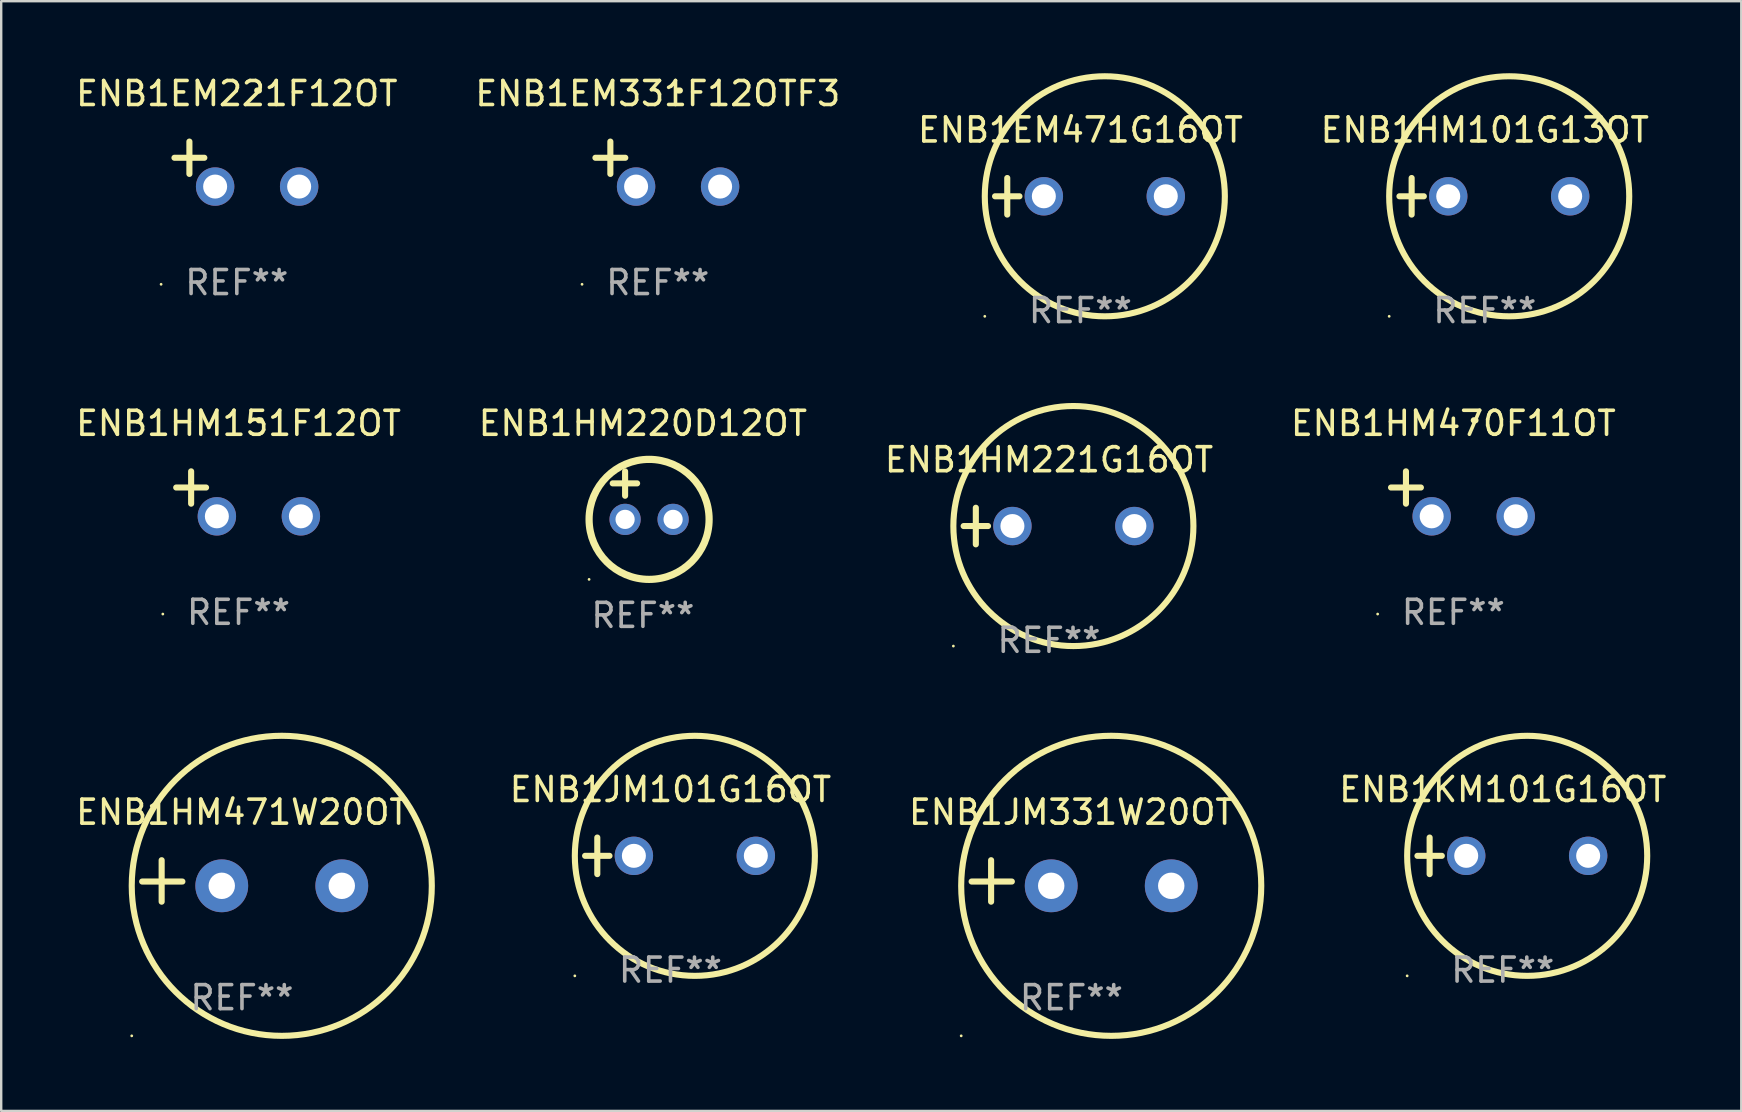
<source format=kicad_pcb>
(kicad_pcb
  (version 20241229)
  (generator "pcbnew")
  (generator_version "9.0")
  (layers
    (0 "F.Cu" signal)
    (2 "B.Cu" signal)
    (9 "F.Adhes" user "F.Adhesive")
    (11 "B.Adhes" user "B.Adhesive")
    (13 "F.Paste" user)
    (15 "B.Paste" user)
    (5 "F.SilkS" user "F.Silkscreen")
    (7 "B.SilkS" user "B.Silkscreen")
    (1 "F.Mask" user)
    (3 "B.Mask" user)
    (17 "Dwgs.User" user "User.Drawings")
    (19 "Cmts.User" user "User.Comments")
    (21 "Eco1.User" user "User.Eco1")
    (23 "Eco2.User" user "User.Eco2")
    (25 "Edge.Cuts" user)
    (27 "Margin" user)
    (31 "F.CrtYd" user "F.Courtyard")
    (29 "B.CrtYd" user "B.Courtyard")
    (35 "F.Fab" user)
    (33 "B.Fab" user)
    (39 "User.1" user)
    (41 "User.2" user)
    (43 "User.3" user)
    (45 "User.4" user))
  (footprint "ENB1HM221G16OT"
    (layer "F.Cu")
    (at 40.649 18.864)
    (property "Reference" "ENB1HM221G16OT" (at 0 -2.762 0) (layer "F.SilkS") (effects (font (size 1 1) (thickness 0.15))))
    (attr through_hole)
    (fp_line (start -3.556 0) (end -2.54 0) (stroke (width 0.254) (type solid)) (layer "F.SilkS"))
    (fp_line (start -3.048 -0.762) (end -3.048 0.762) (stroke (width 0.254) (type solid)) (layer "F.SilkS"))
    (fp_circle (center -3.984 5) (end -3.954 5) (stroke (width 0.06) (type solid)) (fill no) (layer "F.SilkS"))
    (fp_circle (center 1.016 0) (end 6.016 0) (stroke (width 0.254) (type solid)) (fill no) (layer "F.SilkS"))
    (fp_text user "REF**" (at 0 4.762 0) (layer "F.Fab") (effects (font (size 1 1) (thickness 0.15))))
    (pad "1" thru_hole circle (at -1.524 0) (size 1.6 1.6) (drill 1) (layers "*.Cu" "*.Mask"))
    (pad "2" thru_hole circle (at 3.556 0) (size 1.6 1.6) (drill 1) (layers "*.Cu" "*.Mask")))
  (footprint "ENB1EM471G16OT"
    (layer "F.Cu")
    (at 41.958 5.127)
    (property "Reference" "ENB1EM471G16OT" (at 0 -2.762 0) (layer "F.SilkS") (effects (font (size 1 1) (thickness 0.15))))
    (attr through_hole)
    (fp_line (start -3.556 0) (end -2.54 0) (stroke (width 0.254) (type solid)) (layer "F.SilkS"))
    (fp_line (start -3.048 -0.762) (end -3.048 0.762) (stroke (width 0.254) (type solid)) (layer "F.SilkS"))
    (fp_circle (center -3.984 5) (end -3.954 5) (stroke (width 0.06) (type solid)) (fill no) (layer "F.SilkS"))
    (fp_circle (center 1.016 0) (end 6.016 0) (stroke (width 0.254) (type solid)) (fill no) (layer "F.SilkS"))
    (fp_text user "REF**" (at 0 4.762 0) (layer "F.Fab") (effects (font (size 1 1) (thickness 0.15))))
    (pad "1" thru_hole circle (at -1.524 0) (size 1.6 1.6) (drill 1) (layers "*.Cu" "*.Mask"))
    (pad "2" thru_hole circle (at 3.556 0) (size 1.6 1.6) (drill 1) (layers "*.Cu" "*.Mask")))
  (footprint "ENB1JM101G16OT"
    (layer "F.Cu")
    (at 24.88 32.602)
    (property "Reference" "ENB1JM101G16OT" (at 0 -2.762 0) (layer "F.SilkS") (effects (font (size 1 1) (thickness 0.15))))
    (attr through_hole)
    (fp_line (start -3.556 0) (end -2.54 0) (stroke (width 0.254) (type solid)) (layer "F.SilkS"))
    (fp_line (start -3.048 -0.762) (end -3.048 0.762) (stroke (width 0.254) (type solid)) (layer "F.SilkS"))
    (fp_circle (center -3.984 5) (end -3.954 5) (stroke (width 0.06) (type solid)) (fill no) (layer "F.SilkS"))
    (fp_circle (center 1.016 0) (end 6.016 0) (stroke (width 0.254) (type solid)) (fill no) (layer "F.SilkS"))
    (fp_text user "REF**" (at 0 4.762 0) (layer "F.Fab") (effects (font (size 1 1) (thickness 0.15))))
    (pad "1" thru_hole circle (at -1.524 0) (size 1.6 1.6) (drill 1) (layers "*.Cu" "*.Mask"))
    (pad "2" thru_hole circle (at 3.556 0) (size 1.6 1.6) (drill 1) (layers "*.Cu" "*.Mask")))
  (footprint "ENB1HM220D12OT"
    (layer "F.Cu")
    (at 23.732 17.586)
    (property "Reference" "ENB1HM220D12OT" (at 0 -3 0) (layer "F.SilkS") (effects (font (size 1 1) (thickness 0.15))))
    (attr through_hole)
    (fp_line (start -1.258 -0.5) (end -0.242 -0.5) (stroke (width 0.254) (type solid)) (layer "F.SilkS"))
    (fp_line (start -0.742 -1) (end -0.742 0.016) (stroke (width 0.254) (type solid)) (layer "F.SilkS"))
    (fp_circle (center -2.242 3.5) (end -2.212 3.5) (stroke (width 0.06) (type solid)) (fill no) (layer "F.SilkS"))
    (fp_circle (center 0.258 1) (end 2.758 1) (stroke (width 0.3) (type solid)) (fill no) (layer "F.SilkS"))
    (fp_text user "REF**" (at 0 5 0) (layer "F.Fab") (effects (font (size 1 1) (thickness 0.15))))
    (pad "1" thru_hole circle (at -0.742 1) (size 1.3 1.3) (drill 0.8) (layers "*.Cu" "*.Mask"))
    (pad "2" thru_hole circle (at 1.258 1) (size 1.3 1.3) (drill 0.8) (layers "*.Cu" "*.Mask")))
  (footprint "ENB1EM221F12OT"
    (layer "F.Cu")
    (at 6.815 3.785)
    (property "Reference" "ENB1EM221F12OT" (at 0 -2.937 0) (layer "F.SilkS") (effects (font (size 1 1) (thickness 0.15))))
    (attr through_hole)
    (fp_line (start -1.975 0.41) (end -1.975 -0.937) (stroke (width 0.254) (type solid)) (layer "F.SilkS"))
    (fp_line (start -1.353 -0.263) (end -2.597 -0.263) (stroke (width 0.254) (type solid)) (layer "F.SilkS"))
    (fp_arc (start 0.849809 -3.063957) (mid 0.885369 -3.064114) (end 0.920929 -3.063957) (stroke (width 0.254001) (type solid)) (layer "F.SilkS"))
    (fp_circle (center -3.154 5.008) (end -3.124 5.008) (stroke (width 0.06) (type solid)) (fill no) (layer "F.SilkS"))
    (fp_text user "REF**" (at 0 4.937 0) (layer "F.Fab") (effects (font (size 1 1) (thickness 0.15))))
    (pad "1" thru_hole circle (at -0.903 0.937) (size 1.6 1.6) (drill 1) (layers "*.Cu" "*.Mask"))
    (pad "2" thru_hole circle (at 2.597 0.937) (size 1.6 1.6) (drill 1) (layers "*.Cu" "*.Mask")))
  (footprint "ENB1HM151F12OT"
    (layer "F.Cu")
    (at 6.887 17.522)
    (property "Reference" "ENB1HM151F12OT" (at 0 -2.937 0) (layer "F.SilkS") (effects (font (size 1 1) (thickness 0.15))))
    (attr through_hole)
    (fp_line (start -1.975 0.41) (end -1.975 -0.937) (stroke (width 0.254) (type solid)) (layer "F.SilkS"))
    (fp_line (start -1.353 -0.263) (end -2.597 -0.263) (stroke (width 0.254) (type solid)) (layer "F.SilkS"))
    (fp_arc (start 0.849809 -3.063957) (mid 0.885369 -3.064114) (end 0.920929 -3.063957) (stroke (width 0.254001) (type solid)) (layer "F.SilkS"))
    (fp_circle (center -3.154 5.008) (end -3.124 5.008) (stroke (width 0.06) (type solid)) (fill no) (layer "F.SilkS"))
    (fp_text user "REF**" (at 0 4.937 0) (layer "F.Fab") (effects (font (size 1 1) (thickness 0.15))))
    (pad "1" thru_hole circle (at -0.903 0.937) (size 1.6 1.6) (drill 1) (layers "*.Cu" "*.Mask"))
    (pad "2" thru_hole circle (at 2.597 0.937) (size 1.6 1.6) (drill 1) (layers "*.Cu" "*.Mask")))
  (footprint "ENB1KM101G16OT"
    (layer "F.Cu")
    (at 59.553 32.602)
    (property "Reference" "ENB1KM101G16OT" (at 0 -2.762 0) (layer "F.SilkS") (effects (font (size 1 1) (thickness 0.15))))
    (attr through_hole)
    (fp_line (start -3.556 0) (end -2.54 0) (stroke (width 0.254) (type solid)) (layer "F.SilkS"))
    (fp_line (start -3.048 -0.762) (end -3.048 0.762) (stroke (width 0.254) (type solid)) (layer "F.SilkS"))
    (fp_circle (center -3.984 5) (end -3.954 5) (stroke (width 0.06) (type solid)) (fill no) (layer "F.SilkS"))
    (fp_circle (center 1.016 0) (end 6.016 0) (stroke (width 0.254) (type solid)) (fill no) (layer "F.SilkS"))
    (fp_text user "REF**" (at 0 4.762 0) (layer "F.Fab") (effects (font (size 1 1) (thickness 0.15))))
    (pad "1" thru_hole circle (at -1.524 0) (size 1.6 1.6) (drill 1) (layers "*.Cu" "*.Mask"))
    (pad "2" thru_hole circle (at 3.556 0) (size 1.6 1.6) (drill 1) (layers "*.Cu" "*.Mask")))
  (footprint "ENB1HM101G13OT"
    (layer "F.Cu")
    (at 58.804 5.127)
    (property "Reference" "ENB1HM101G13OT" (at 0 -2.762 0) (layer "F.SilkS") (effects (font (size 1 1) (thickness 0.15))))
    (attr through_hole)
    (fp_line (start -3.556 0) (end -2.54 0) (stroke (width 0.254) (type solid)) (layer "F.SilkS"))
    (fp_line (start -3.048 -0.762) (end -3.048 0.762) (stroke (width 0.254) (type solid)) (layer "F.SilkS"))
    (fp_circle (center -3.984 5) (end -3.954 5) (stroke (width 0.06) (type solid)) (fill no) (layer "F.SilkS"))
    (fp_circle (center 1.016 0) (end 6.016 0) (stroke (width 0.254) (type solid)) (fill no) (layer "F.SilkS"))
    (fp_text user "REF**" (at 0 4.762 0) (layer "F.Fab") (effects (font (size 1 1) (thickness 0.15))))
    (pad "1" thru_hole circle (at -1.524 0) (size 1.6 1.6) (drill 1) (layers "*.Cu" "*.Mask"))
    (pad "2" thru_hole circle (at 3.556 0) (size 1.6 1.6) (drill 1) (layers "*.Cu" "*.Mask")))
  (footprint "ENB1HM471W20OT"
    (layer "F.Cu")
    (at 7.03 33.648)
    (property "Reference" "ENB1HM471W20OT" (at 0 -2.864 0) (layer "F.SilkS") (effects (font (size 1 1) (thickness 0.15))))
    (attr through_hole)
    (fp_line (start -3.346 0.864) (end -3.346 -0.864) (stroke (width 0.254) (type solid)) (layer "F.SilkS"))
    (fp_line (start -2.482 0.025) (end -4.158 0.025) (stroke (width 0.254) (type solid)) (layer "F.SilkS"))
    (fp_circle (center -4.592 6.453) (end -4.562 6.453) (stroke (width 0.06) (type solid)) (fill no) (layer "F.SilkS"))
    (fp_circle (center 1.658 0.203) (end 7.908 0.203) (stroke (width 0.254) (type solid)) (fill no) (layer "F.SilkS"))
    (fp_text user "REF**" (at 0 4.864 0) (layer "F.Fab") (effects (font (size 1 1) (thickness 0.15))))
    (pad "1" thru_hole circle (at -0.842 0.203) (size 2.2 2.2) (drill 1.1) (layers "*.Cu" "*.Mask"))
    (pad "2" thru_hole circle (at 4.158 0.203) (size 2.2 2.2) (drill 1.1) (layers "*.Cu" "*.Mask")))
  (footprint "ENB1EM331F12OTF3"
    (layer "F.Cu")
    (at 24.351 3.785)
    (property "Reference" "ENB1EM331F12OTF3" (at 0 -2.937 0) (layer "F.SilkS") (effects (font (size 1 1) (thickness 0.15))))
    (attr through_hole)
    (fp_line (start -1.975 0.41) (end -1.975 -0.937) (stroke (width 0.254) (type solid)) (layer "F.SilkS"))
    (fp_line (start -1.353 -0.263) (end -2.597 -0.263) (stroke (width 0.254) (type solid)) (layer "F.SilkS"))
    (fp_arc (start 0.849809 -3.063957) (mid 0.885369 -3.064114) (end 0.920929 -3.063957) (stroke (width 0.254001) (type solid)) (layer "F.SilkS"))
    (fp_circle (center -3.154 5.008) (end -3.124 5.008) (stroke (width 0.06) (type solid)) (fill no) (layer "F.SilkS"))
    (fp_text user "REF**" (at 0 4.937 0) (layer "F.Fab") (effects (font (size 1 1) (thickness 0.15))))
    (pad "1" thru_hole circle (at -0.903 0.937) (size 1.6 1.6) (drill 1) (layers "*.Cu" "*.Mask"))
    (pad "2" thru_hole circle (at 2.597 0.937) (size 1.6 1.6) (drill 1) (layers "*.Cu" "*.Mask")))
  (footprint "ENB1HM470F11OT"
    (layer "F.Cu")
    (at 57.494 17.522)
    (property "Reference" "ENB1HM470F11OT" (at 0 -2.937 0) (layer "F.SilkS") (effects (font (size 1 1) (thickness 0.15))))
    (attr through_hole)
    (fp_line (start -1.975 0.41) (end -1.975 -0.937) (stroke (width 0.254) (type solid)) (layer "F.SilkS"))
    (fp_line (start -1.353 -0.263) (end -2.597 -0.263) (stroke (width 0.254) (type solid)) (layer "F.SilkS"))
    (fp_arc (start 0.849809 -3.063957) (mid 0.885369 -3.064114) (end 0.920929 -3.063957) (stroke (width 0.254001) (type solid)) (layer "F.SilkS"))
    (fp_circle (center -3.154 5.008) (end -3.124 5.008) (stroke (width 0.06) (type solid)) (fill no) (layer "F.SilkS"))
    (fp_text user "REF**" (at 0 4.937 0) (layer "F.Fab") (effects (font (size 1 1) (thickness 0.15))))
    (pad "1" thru_hole circle (at -0.903 0.937) (size 1.6 1.6) (drill 1) (layers "*.Cu" "*.Mask"))
    (pad "2" thru_hole circle (at 2.597 0.937) (size 1.6 1.6) (drill 1) (layers "*.Cu" "*.Mask")))
  (footprint "ENB1JM331W20OT"
    (layer "F.Cu")
    (at 41.583 33.648)
    (property "Reference" "ENB1JM331W20OT" (at 0 -2.864 0) (layer "F.SilkS") (effects (font (size 1 1) (thickness 0.15))))
    (attr through_hole)
    (fp_line (start -3.346 0.864) (end -3.346 -0.864) (stroke (width 0.254) (type solid)) (layer "F.SilkS"))
    (fp_line (start -2.482 0.025) (end -4.158 0.025) (stroke (width 0.254) (type solid)) (layer "F.SilkS"))
    (fp_circle (center -4.592 6.453) (end -4.562 6.453) (stroke (width 0.06) (type solid)) (fill no) (layer "F.SilkS"))
    (fp_circle (center 1.658 0.203) (end 7.908 0.203) (stroke (width 0.254) (type solid)) (fill no) (layer "F.SilkS"))
    (fp_text user "REF**" (at 0 4.864 0) (layer "F.Fab") (effects (font (size 1 1) (thickness 0.15))))
    (pad "1" thru_hole circle (at -0.842 0.203) (size 2.2 2.2) (drill 1.1) (layers "*.Cu" "*.Mask"))
    (pad "2" thru_hole circle (at 4.158 0.203) (size 2.2 2.2) (drill 1.1) (layers "*.Cu" "*.Mask")))
  (gr_rect
    (start -3 -3)
    (end 69.487 43.228)
    (stroke (width 0.1) (type default))
    (fill no)
    (layer "Edge.Cuts")))
</source>
